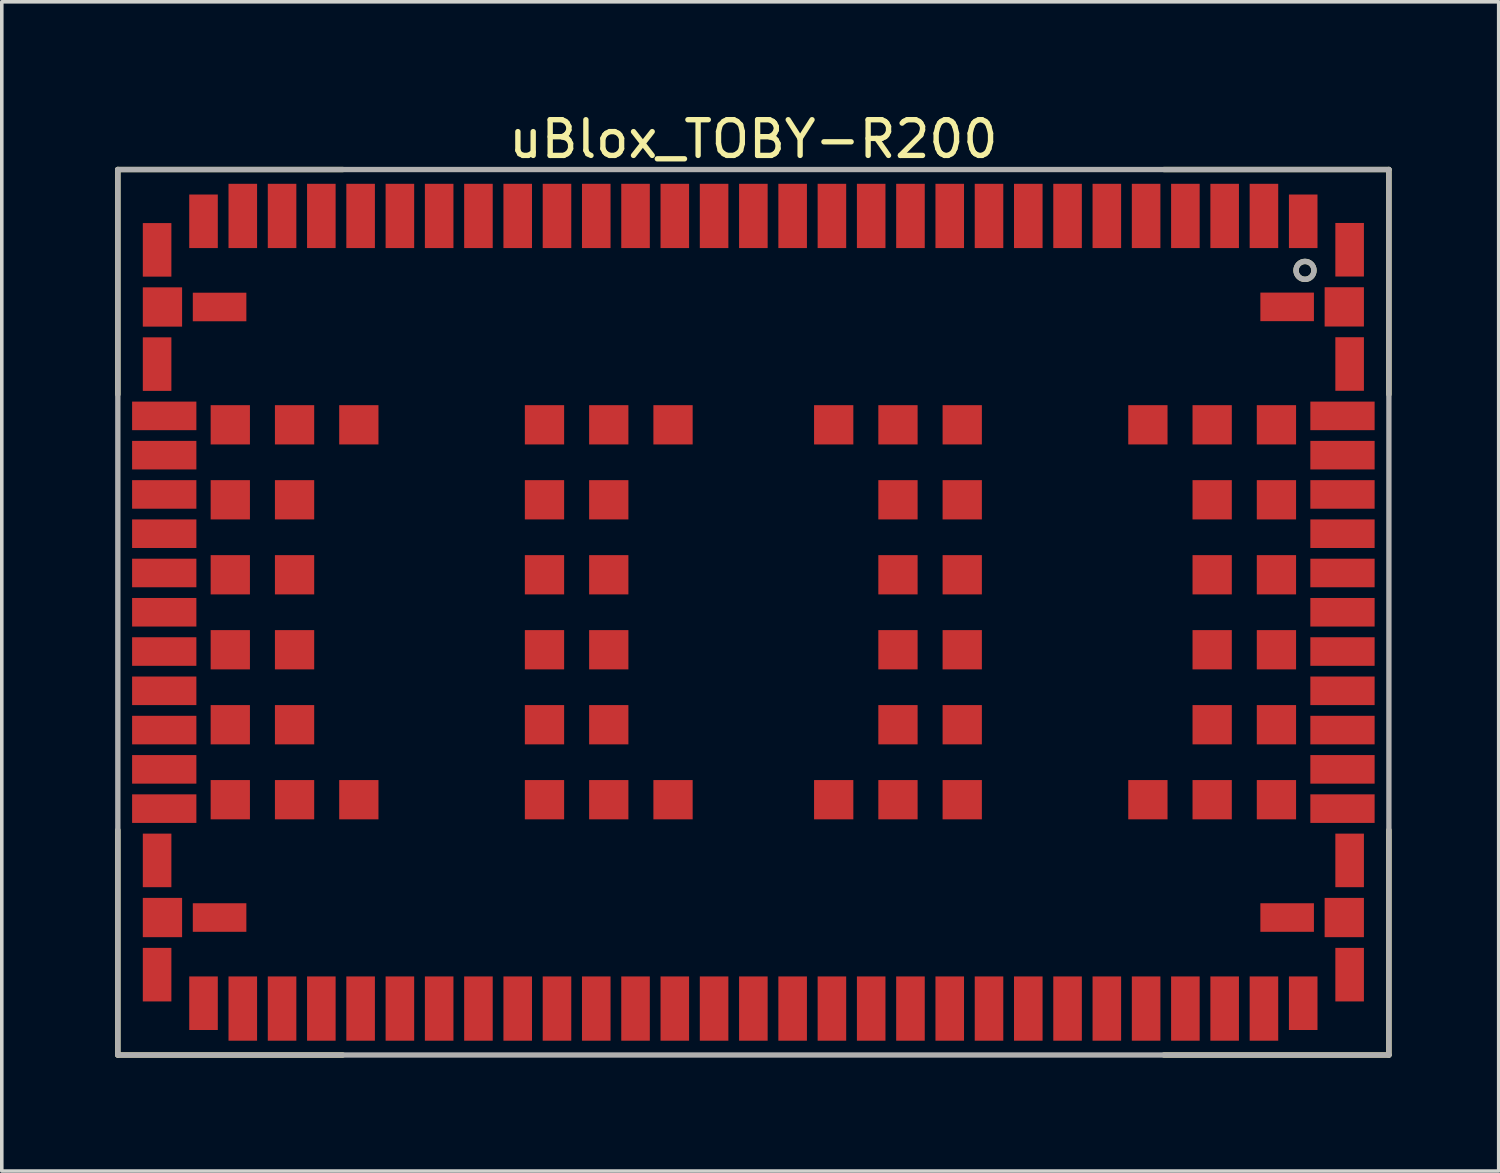
<source format=kicad_pcb>
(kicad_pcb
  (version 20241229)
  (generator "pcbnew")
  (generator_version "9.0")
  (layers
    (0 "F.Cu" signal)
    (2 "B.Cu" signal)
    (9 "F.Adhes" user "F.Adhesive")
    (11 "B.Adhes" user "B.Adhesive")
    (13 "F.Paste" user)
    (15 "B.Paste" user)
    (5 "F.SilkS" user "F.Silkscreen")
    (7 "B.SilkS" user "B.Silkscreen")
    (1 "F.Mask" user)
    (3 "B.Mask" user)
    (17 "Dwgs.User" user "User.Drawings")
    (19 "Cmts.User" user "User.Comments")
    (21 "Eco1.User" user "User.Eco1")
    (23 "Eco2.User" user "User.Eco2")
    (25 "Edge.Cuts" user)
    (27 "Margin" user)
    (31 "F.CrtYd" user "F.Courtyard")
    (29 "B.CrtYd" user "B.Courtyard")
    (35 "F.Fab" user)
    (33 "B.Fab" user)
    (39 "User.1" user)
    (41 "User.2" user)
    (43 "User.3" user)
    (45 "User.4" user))
  (footprint "uBlox_TOBY-R200"
    (layer "F.Cu")
    (at 0.25 26.498)
    (property "Reference" "uBlox_TOBY-R200" (at 17.8 -25.65 0) (unlocked yes) (layer "F.SilkS") (effects (font (size 1 1) (thickness 0.15))))
    (attr smd)
    (fp_line (start 0 -24.8) (end 0 -18.5) (stroke (width 0.15) (type solid)) (layer "F.SilkS"))
    (fp_line (start 0 -24.8) (end 6.3 -24.8) (stroke (width 0.15) (type solid)) (layer "F.SilkS"))
    (fp_line (start 0 -6.3) (end 0 0) (stroke (width 0.15) (type solid)) (layer "F.SilkS"))
    (fp_line (start 6.3 0) (end 0 0) (stroke (width 0.15) (type solid)) (layer "F.SilkS"))
    (fp_line (start 35.6 -24.8) (end 29.3 -24.8) (stroke (width 0.15) (type solid)) (layer "F.SilkS"))
    (fp_line (start 35.6 -24.8) (end 35.6 -18.5) (stroke (width 0.15) (type solid)) (layer "F.SilkS"))
    (fp_line (start 35.6 -6.3) (end 35.6 0) (stroke (width 0.15) (type solid)) (layer "F.SilkS"))
    (fp_line (start 35.6 0) (end 29.3 0) (stroke (width 0.15) (type solid)) (layer "F.SilkS"))
    (fp_circle (center 33.25 -21.975) (end 33.5 -22) (stroke (width 0.15) (type solid)) (fill no) (layer "F.SilkS"))
    (fp_line (start 0 -24.8) (end 35.6 -24.8) (stroke (width 0.15) (type solid)) (layer "F.Fab"))
    (fp_line (start 0 0) (end 0 -24.8) (stroke (width 0.15) (type solid)) (layer "F.Fab"))
    (fp_line (start 35.6 -24.8) (end 35.6 0) (stroke (width 0.15) (type solid)) (layer "F.Fab"))
    (fp_line (start 35.6 0) (end 0 0) (stroke (width 0.15) (type solid)) (layer "F.Fab"))
    (fp_circle (center 33.25 -21.975) (end 33.5 -22) (stroke (width 0.15) (type solid)) (fill no) (layer "F.Fab"))
    (pad "1" smd rect (at 33.2 -23.35) (size 0.8 1.5) (layers "F.Cu" "F.Mask" "F.Paste"))
    (pad "2" smd rect (at 32.1 -23.5) (size 0.8 1.8) (layers "F.Cu" "F.Mask" "F.Paste"))
    (pad "3" smd rect (at 31 -23.5) (size 0.8 1.8) (layers "F.Cu" "F.Mask" "F.Paste"))
    (pad "4" smd rect (at 29.9 -23.5) (size 0.8 1.8) (layers "F.Cu" "F.Mask" "F.Paste"))
    (pad "5" smd rect (at 28.8 -23.5) (size 0.8 1.8) (layers "F.Cu" "F.Mask" "F.Paste"))
    (pad "6" smd rect (at 27.7 -23.5) (size 0.8 1.8) (layers "F.Cu" "F.Mask" "F.Paste"))
    (pad "7" smd rect (at 26.6 -23.5) (size 0.8 1.8) (layers "F.Cu" "F.Mask" "F.Paste"))
    (pad "8" smd rect (at 25.5 -23.5) (size 0.8 1.8) (layers "F.Cu" "F.Mask" "F.Paste"))
    (pad "9" smd rect (at 24.4 -23.5) (size 0.8 1.8) (layers "F.Cu" "F.Mask" "F.Paste"))
    (pad "10" smd rect (at 23.3 -23.5) (size 0.8 1.8) (layers "F.Cu" "F.Mask" "F.Paste"))
    (pad "11" smd rect (at 22.2 -23.5) (size 0.8 1.8) (layers "F.Cu" "F.Mask" "F.Paste"))
    (pad "12" smd rect (at 21.1 -23.5) (size 0.8 1.8) (layers "F.Cu" "F.Mask" "F.Paste"))
    (pad "13" smd rect (at 20 -23.5) (size 0.8 1.8) (layers "F.Cu" "F.Mask" "F.Paste"))
    (pad "14" smd rect (at 18.9 -23.5) (size 0.8 1.8) (layers "F.Cu" "F.Mask" "F.Paste"))
    (pad "15" smd rect (at 17.8 -23.5) (size 0.8 1.8) (layers "F.Cu" "F.Mask" "F.Paste"))
    (pad "16" smd rect (at 16.7 -23.5) (size 0.8 1.8) (layers "F.Cu" "F.Mask" "F.Paste"))
    (pad "17" smd rect (at 15.6 -23.5) (size 0.8 1.8) (layers "F.Cu" "F.Mask" "F.Paste"))
    (pad "18" smd rect (at 14.5 -23.5) (size 0.8 1.8) (layers "F.Cu" "F.Mask" "F.Paste"))
    (pad "19" smd rect (at 13.4 -23.5) (size 0.8 1.8) (layers "F.Cu" "F.Mask" "F.Paste"))
    (pad "20" smd rect (at 12.3 -23.5) (size 0.8 1.8) (layers "F.Cu" "F.Mask" "F.Paste"))
    (pad "21" smd rect (at 11.2 -23.5) (size 0.8 1.8) (layers "F.Cu" "F.Mask" "F.Paste"))
    (pad "22" smd rect (at 10.1 -23.5) (size 0.8 1.8) (layers "F.Cu" "F.Mask" "F.Paste"))
    (pad "23" smd rect (at 9 -23.5) (size 0.8 1.8) (layers "F.Cu" "F.Mask" "F.Paste"))
    (pad "24" smd rect (at 7.9 -23.5) (size 0.8 1.8) (layers "F.Cu" "F.Mask" "F.Paste"))
    (pad "25" smd rect (at 6.8 -23.5) (size 0.8 1.8) (layers "F.Cu" "F.Mask" "F.Paste"))
    (pad "26" smd rect (at 5.7 -23.5) (size 0.8 1.8) (layers "F.Cu" "F.Mask" "F.Paste"))
    (pad "27" smd rect (at 4.6 -23.5) (size 0.8 1.8) (layers "F.Cu" "F.Mask" "F.Paste"))
    (pad "28" smd rect (at 3.5 -23.5) (size 0.8 1.8) (layers "F.Cu" "F.Mask" "F.Paste"))
    (pad "29" smd rect (at 2.4 -23.35) (size 0.8 1.5) (layers "F.Cu" "F.Mask" "F.Paste"))
    (pad "30" smd rect (at 1.1 -22.55) (size 0.8 1.5) (layers "F.Cu" "F.Mask" "F.Paste"))
    (pad "31" smd rect (at 1.25 -20.95) (size 1.1 1.1) (layers "F.Cu" "F.Mask" "F.Paste"))
    (pad "32" smd rect (at 1.1 -19.35) (size 0.8 1.5) (layers "F.Cu" "F.Mask" "F.Paste"))
    (pad "33" smd rect (at 1.3 -17.9 270) (size 0.8 1.8) (layers "F.Cu" "F.Mask" "F.Paste"))
    (pad "34" smd rect (at 1.3 -16.8 270) (size 0.8 1.8) (layers "F.Cu" "F.Mask" "F.Paste"))
    (pad "35" smd rect (at 1.3 -15.7 270) (size 0.8 1.8) (layers "F.Cu" "F.Mask" "F.Paste"))
    (pad "36" smd rect (at 1.3 -14.6 270) (size 0.8 1.8) (layers "F.Cu" "F.Mask" "F.Paste"))
    (pad "37" smd rect (at 1.3 -13.5 270) (size 0.8 1.8) (layers "F.Cu" "F.Mask" "F.Paste"))
    (pad "38" smd rect (at 1.3 -12.4 270) (size 0.8 1.8) (layers "F.Cu" "F.Mask" "F.Paste"))
    (pad "39" smd rect (at 1.3 -11.3 270) (size 0.8 1.8) (layers "F.Cu" "F.Mask" "F.Paste"))
    (pad "40" smd rect (at 1.3 -10.2 270) (size 0.8 1.8) (layers "F.Cu" "F.Mask" "F.Paste"))
    (pad "41" smd rect (at 1.3 -9.1 270) (size 0.8 1.8) (layers "F.Cu" "F.Mask" "F.Paste"))
    (pad "42" smd rect (at 1.3 -8 270) (size 0.8 1.8) (layers "F.Cu" "F.Mask" "F.Paste"))
    (pad "43" smd rect (at 1.3 -6.9 270) (size 0.8 1.8) (layers "F.Cu" "F.Mask" "F.Paste"))
    (pad "44" smd rect (at 1.1 -5.45) (size 0.8 1.5) (layers "F.Cu" "F.Mask" "F.Paste"))
    (pad "45" smd rect (at 1.25 -3.85) (size 1.1 1.1) (layers "F.Cu" "F.Mask" "F.Paste"))
    (pad "46" smd rect (at 1.1 -2.25) (size 0.8 1.5) (layers "F.Cu" "F.Mask" "F.Paste"))
    (pad "47" smd rect (at 2.4 -1.45) (size 0.8 1.5) (layers "F.Cu" "F.Mask" "F.Paste"))
    (pad "48" smd rect (at 3.5 -1.3) (size 0.8 1.8) (layers "F.Cu" "F.Mask" "F.Paste"))
    (pad "49" smd rect (at 4.6 -1.3) (size 0.8 1.8) (layers "F.Cu" "F.Mask" "F.Paste"))
    (pad "50" smd rect (at 5.7 -1.3) (size 0.8 1.8) (layers "F.Cu" "F.Mask" "F.Paste"))
    (pad "51" smd rect (at 6.8 -1.3) (size 0.8 1.8) (layers "F.Cu" "F.Mask" "F.Paste"))
    (pad "52" smd rect (at 7.9 -1.3) (size 0.8 1.8) (layers "F.Cu" "F.Mask" "F.Paste"))
    (pad "53" smd rect (at 9 -1.3) (size 0.8 1.8) (layers "F.Cu" "F.Mask" "F.Paste"))
    (pad "54" smd rect (at 10.1 -1.3) (size 0.8 1.8) (layers "F.Cu" "F.Mask" "F.Paste"))
    (pad "55" smd rect (at 11.2 -1.3) (size 0.8 1.8) (layers "F.Cu" "F.Mask" "F.Paste"))
    (pad "56" smd rect (at 12.3 -1.3) (size 0.8 1.8) (layers "F.Cu" "F.Mask" "F.Paste"))
    (pad "57" smd rect (at 13.4 -1.3) (size 0.8 1.8) (layers "F.Cu" "F.Mask" "F.Paste"))
    (pad "58" smd rect (at 14.5 -1.3) (size 0.8 1.8) (layers "F.Cu" "F.Mask" "F.Paste"))
    (pad "59" smd rect (at 15.6 -1.3) (size 0.8 1.8) (layers "F.Cu" "F.Mask" "F.Paste"))
    (pad "60" smd rect (at 16.7 -1.3) (size 0.8 1.8) (layers "F.Cu" "F.Mask" "F.Paste"))
    (pad "61" smd rect (at 17.8 -1.3) (size 0.8 1.8) (layers "F.Cu" "F.Mask" "F.Paste"))
    (pad "62" smd rect (at 18.9 -1.3) (size 0.8 1.8) (layers "F.Cu" "F.Mask" "F.Paste"))
    (pad "63" smd rect (at 20 -1.3) (size 0.8 1.8) (layers "F.Cu" "F.Mask" "F.Paste"))
    (pad "64" smd rect (at 21.1 -1.3) (size 0.8 1.8) (layers "F.Cu" "F.Mask" "F.Paste"))
    (pad "65" smd rect (at 22.2 -1.3) (size 0.8 1.8) (layers "F.Cu" "F.Mask" "F.Paste"))
    (pad "66" smd rect (at 23.3 -1.3) (size 0.8 1.8) (layers "F.Cu" "F.Mask" "F.Paste"))
    (pad "67" smd rect (at 24.4 -1.3) (size 0.8 1.8) (layers "F.Cu" "F.Mask" "F.Paste"))
    (pad "68" smd rect (at 25.5 -1.3) (size 0.8 1.8) (layers "F.Cu" "F.Mask" "F.Paste"))
    (pad "69" smd rect (at 26.6 -1.3) (size 0.8 1.8) (layers "F.Cu" "F.Mask" "F.Paste"))
    (pad "70" smd rect (at 27.7 -1.3) (size 0.8 1.8) (layers "F.Cu" "F.Mask" "F.Paste"))
    (pad "71" smd rect (at 28.8 -1.3) (size 0.8 1.8) (layers "F.Cu" "F.Mask" "F.Paste"))
    (pad "72" smd rect (at 29.9 -1.3) (size 0.8 1.8) (layers "F.Cu" "F.Mask" "F.Paste"))
    (pad "73" smd rect (at 31 -1.3) (size 0.8 1.8) (layers "F.Cu" "F.Mask" "F.Paste"))
    (pad "74" smd rect (at 32.1 -1.3) (size 0.8 1.8) (layers "F.Cu" "F.Mask" "F.Paste"))
    (pad "75" smd rect (at 33.2 -1.45) (size 0.8 1.5) (layers "F.Cu" "F.Mask" "F.Paste"))
    (pad "76" smd rect (at 34.5 -2.25) (size 0.8 1.5) (layers "F.Cu" "F.Mask" "F.Paste"))
    (pad "77" smd rect (at 34.35 -3.85) (size 1.1 1.1) (layers "F.Cu" "F.Mask" "F.Paste"))
    (pad "78" smd rect (at 34.5 -5.45) (size 0.8 1.5) (layers "F.Cu" "F.Mask" "F.Paste"))
    (pad "79" smd rect (at 34.3 -6.9 270) (size 0.8 1.8) (layers "F.Cu" "F.Mask" "F.Paste"))
    (pad "80" smd rect (at 34.3 -8 270) (size 0.8 1.8) (layers "F.Cu" "F.Mask" "F.Paste"))
    (pad "81" smd rect (at 34.3 -9.1 270) (size 0.8 1.8) (layers "F.Cu" "F.Mask" "F.Paste"))
    (pad "82" smd rect (at 34.3 -10.2 270) (size 0.8 1.8) (layers "F.Cu" "F.Mask" "F.Paste"))
    (pad "83" smd rect (at 34.3 -11.3 270) (size 0.8 1.8) (layers "F.Cu" "F.Mask" "F.Paste"))
    (pad "84" smd rect (at 34.3 -12.4 270) (size 0.8 1.8) (layers "F.Cu" "F.Mask" "F.Paste"))
    (pad "85" smd rect (at 34.3 -13.5 270) (size 0.8 1.8) (layers "F.Cu" "F.Mask" "F.Paste"))
    (pad "86" smd rect (at 34.3 -14.6 270) (size 0.8 1.8) (layers "F.Cu" "F.Mask" "F.Paste"))
    (pad "87" smd rect (at 34.3 -15.7 270) (size 0.8 1.8) (layers "F.Cu" "F.Mask" "F.Paste"))
    (pad "88" smd rect (at 34.3 -16.8 270) (size 0.8 1.8) (layers "F.Cu" "F.Mask" "F.Paste"))
    (pad "89" smd rect (at 34.3 -17.9 270) (size 0.8 1.8) (layers "F.Cu" "F.Mask" "F.Paste"))
    (pad "90" smd rect (at 34.5 -19.353) (size 0.8 1.5) (layers "F.Cu" "F.Mask" "F.Paste"))
    (pad "91" smd rect (at 34.35 -20.953) (size 1.1 1.1) (layers "F.Cu" "F.Mask" "F.Paste"))
    (pad "92" smd rect (at 34.5 -22.553) (size 0.8 1.5) (layers "F.Cu" "F.Mask" "F.Paste"))
    (pad "93" smd rect (at 32.75 -20.953) (size 1.5 0.8) (layers "F.Cu" "F.Mask" "F.Paste"))
    (pad "94" smd rect (at 32.45 -17.65) (size 1.1 1.1) (layers "F.Cu" "F.Mask" "F.Paste"))
    (pad "95" smd rect (at 32.45 -15.55) (size 1.1 1.1) (layers "F.Cu" "F.Mask" "F.Paste"))
    (pad "96" smd rect (at 32.45 -13.45) (size 1.1 1.1) (layers "F.Cu" "F.Mask" "F.Paste"))
    (pad "97" smd rect (at 32.45 -11.35) (size 1.1 1.1) (layers "F.Cu" "F.Mask" "F.Paste"))
    (pad "98" smd rect (at 32.45 -9.25) (size 1.1 1.1) (layers "F.Cu" "F.Mask" "F.Paste"))
    (pad "99" smd rect (at 32.45 -7.15) (size 1.1 1.1) (layers "F.Cu" "F.Mask" "F.Paste"))
    (pad "100" smd rect (at 32.75 -3.85) (size 1.5 0.8) (layers "F.Cu" "F.Mask" "F.Paste"))
    (pad "101" smd rect (at 30.65 -17.65) (size 1.1 1.1) (layers "F.Cu" "F.Mask" "F.Paste"))
    (pad "102" smd rect (at 30.65 -15.55) (size 1.1 1.1) (layers "F.Cu" "F.Mask" "F.Paste"))
    (pad "103" smd rect (at 30.65 -13.45) (size 1.1 1.1) (layers "F.Cu" "F.Mask" "F.Paste"))
    (pad "104" smd rect (at 30.65 -11.35) (size 1.1 1.1) (layers "F.Cu" "F.Mask" "F.Paste"))
    (pad "105" smd rect (at 30.65 -9.25) (size 1.1 1.1) (layers "F.Cu" "F.Mask" "F.Paste"))
    (pad "106" smd rect (at 30.65 -7.15) (size 1.1 1.1) (layers "F.Cu" "F.Mask" "F.Paste"))
    (pad "107" smd rect (at 28.85 -17.65) (size 1.1 1.1) (layers "F.Cu" "F.Mask" "F.Paste"))
    (pad "108" smd rect (at 28.85 -7.15) (size 1.1 1.1) (layers "F.Cu" "F.Mask" "F.Paste"))
    (pad "109" smd rect (at 23.65 -17.65) (size 1.1 1.1) (layers "F.Cu" "F.Mask" "F.Paste"))
    (pad "110" smd rect (at 23.65 -15.55) (size 1.1 1.1) (layers "F.Cu" "F.Mask" "F.Paste"))
    (pad "111" smd rect (at 23.65 -13.45) (size 1.1 1.1) (layers "F.Cu" "F.Mask" "F.Paste"))
    (pad "112" smd rect (at 23.65 -11.35) (size 1.1 1.1) (layers "F.Cu" "F.Mask" "F.Paste"))
    (pad "113" smd rect (at 23.65 -9.25) (size 1.1 1.1) (layers "F.Cu" "F.Mask" "F.Paste"))
    (pad "114" smd rect (at 23.65 -7.15) (size 1.1 1.1) (layers "F.Cu" "F.Mask" "F.Paste"))
    (pad "115" smd rect (at 21.85 -17.65) (size 1.1 1.1) (layers "F.Cu" "F.Mask" "F.Paste"))
    (pad "116" smd rect (at 21.85 -15.55) (size 1.1 1.1) (layers "F.Cu" "F.Mask" "F.Paste"))
    (pad "117" smd rect (at 21.85 -13.45) (size 1.1 1.1) (layers "F.Cu" "F.Mask" "F.Paste"))
    (pad "118" smd rect (at 21.85 -11.35) (size 1.1 1.1) (layers "F.Cu" "F.Mask" "F.Paste"))
    (pad "119" smd rect (at 21.85 -9.25) (size 1.1 1.1) (layers "F.Cu" "F.Mask" "F.Paste"))
    (pad "120" smd rect (at 21.85 -7.15) (size 1.1 1.1) (layers "F.Cu" "F.Mask" "F.Paste"))
    (pad "121" smd rect (at 20.05 -17.65) (size 1.1 1.1) (layers "F.Cu" "F.Mask" "F.Paste"))
    (pad "122" smd rect (at 20.05 -7.15) (size 1.1 1.1) (layers "F.Cu" "F.Mask" "F.Paste"))
    (pad "123" smd rect (at 15.55 -17.65) (size 1.1 1.1) (layers "F.Cu" "F.Mask" "F.Paste"))
    (pad "124" smd rect (at 15.55 -7.15) (size 1.1 1.1) (layers "F.Cu" "F.Mask" "F.Paste"))
    (pad "125" smd rect (at 13.75 -17.65) (size 1.1 1.1) (layers "F.Cu" "F.Mask" "F.Paste"))
    (pad "126" smd rect (at 13.75 -15.55) (size 1.1 1.1) (layers "F.Cu" "F.Mask" "F.Paste"))
    (pad "127" smd rect (at 13.75 -13.45) (size 1.1 1.1) (layers "F.Cu" "F.Mask" "F.Paste"))
    (pad "128" smd rect (at 13.75 -11.35) (size 1.1 1.1) (layers "F.Cu" "F.Mask" "F.Paste"))
    (pad "129" smd rect (at 13.75 -9.25) (size 1.1 1.1) (layers "F.Cu" "F.Mask" "F.Paste"))
    (pad "130" smd rect (at 13.75 -7.15) (size 1.1 1.1) (layers "F.Cu" "F.Mask" "F.Paste"))
    (pad "131" smd rect (at 11.95 -17.65) (size 1.1 1.1) (layers "F.Cu" "F.Mask" "F.Paste"))
    (pad "132" smd rect (at 11.95 -15.55) (size 1.1 1.1) (layers "F.Cu" "F.Mask" "F.Paste"))
    (pad "133" smd rect (at 11.95 -13.45) (size 1.1 1.1) (layers "F.Cu" "F.Mask" "F.Paste"))
    (pad "134" smd rect (at 11.95 -11.35) (size 1.1 1.1) (layers "F.Cu" "F.Mask" "F.Paste"))
    (pad "135" smd rect (at 11.95 -9.25) (size 1.1 1.1) (layers "F.Cu" "F.Mask" "F.Paste"))
    (pad "136" smd rect (at 11.95 -7.15) (size 1.1 1.1) (layers "F.Cu" "F.Mask" "F.Paste"))
    (pad "137" smd rect (at 6.75 -17.65) (size 1.1 1.1) (layers "F.Cu" "F.Mask" "F.Paste"))
    (pad "138" smd rect (at 6.75 -7.15) (size 1.1 1.1) (layers "F.Cu" "F.Mask" "F.Paste"))
    (pad "139" smd rect (at 4.95 -17.65) (size 1.1 1.1) (layers "F.Cu" "F.Mask" "F.Paste"))
    (pad "140" smd rect (at 4.95 -15.55) (size 1.1 1.1) (layers "F.Cu" "F.Mask" "F.Paste"))
    (pad "141" smd rect (at 4.95 -13.45) (size 1.1 1.1) (layers "F.Cu" "F.Mask" "F.Paste"))
    (pad "142" smd rect (at 4.95 -11.35) (size 1.1 1.1) (layers "F.Cu" "F.Mask" "F.Paste"))
    (pad "143" smd rect (at 4.95 -9.25) (size 1.1 1.1) (layers "F.Cu" "F.Mask" "F.Paste"))
    (pad "144" smd rect (at 4.95 -7.15) (size 1.1 1.1) (layers "F.Cu" "F.Mask" "F.Paste"))
    (pad "145" smd rect (at 2.85 -20.95) (size 1.5 0.8) (layers "F.Cu" "F.Mask" "F.Paste"))
    (pad "146" smd rect (at 3.15 -17.65) (size 1.1 1.1) (layers "F.Cu" "F.Mask" "F.Paste"))
    (pad "147" smd rect (at 3.15 -15.55) (size 1.1 1.1) (layers "F.Cu" "F.Mask" "F.Paste"))
    (pad "148" smd rect (at 3.15 -13.45) (size 1.1 1.1) (layers "F.Cu" "F.Mask" "F.Paste"))
    (pad "149" smd rect (at 3.15 -11.35) (size 1.1 1.1) (layers "F.Cu" "F.Mask" "F.Paste"))
    (pad "150" smd rect (at 3.15 -9.25) (size 1.1 1.1) (layers "F.Cu" "F.Mask" "F.Paste"))
    (pad "151" smd rect (at 3.15 -7.15) (size 1.1 1.1) (layers "F.Cu" "F.Mask" "F.Paste"))
    (pad "152" smd rect (at 2.85 -3.85) (size 1.5 0.8) (layers "F.Cu" "F.Mask" "F.Paste")))
  (gr_rect
    (start -3 -3)
    (end 38.925 29.748)
    (stroke (width 0.1) (type default))
    (fill no)
    (layer "Edge.Cuts")))
</source>
